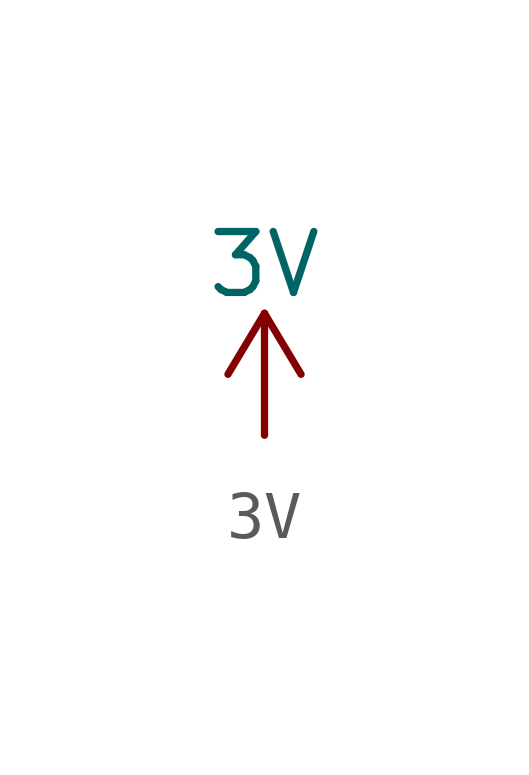
<source format=kicad_sym>
(kicad_symbol_lib
  (version 20211014)
  (generator kicad_symbol_editor)
  (symbol "3V"
    (power)
    (pin_names
      (offset 0))
    (property "Reference" "#PWR"
      (at 0 -3.81 0)
      (effects (font (size 1.27 1.27)) hide))
    (property "Value" "3V"
      (at 0 3.556 0)
      (effects (font (size 1.27 1.27))))
    (symbol "3V_0_1"
      (polyline (pts (xy -0.762 1.27) (xy 0 2.54)) (stroke (width 0) (type default) (color 0 0 0 0)) (fill (type none)))
      (polyline (pts (xy 0 0) (xy 0 2.54)) (stroke (width 0) (type default) (color 0 0 0 0)) (fill (type none)))
      (polyline (pts (xy 0 2.54) (xy 0.762 1.27)) (stroke (width 0) (type default) (color 0 0 0 0)) (fill (type none))))
    (symbol "3V_1_1"
      (pin power_in line (at 0 0 90) (length 0) hide (name "3V" (effects (font (size 1.27 1.27)))) (number "1" (effects (font (size 1.27 1.27))))))))
</source>
